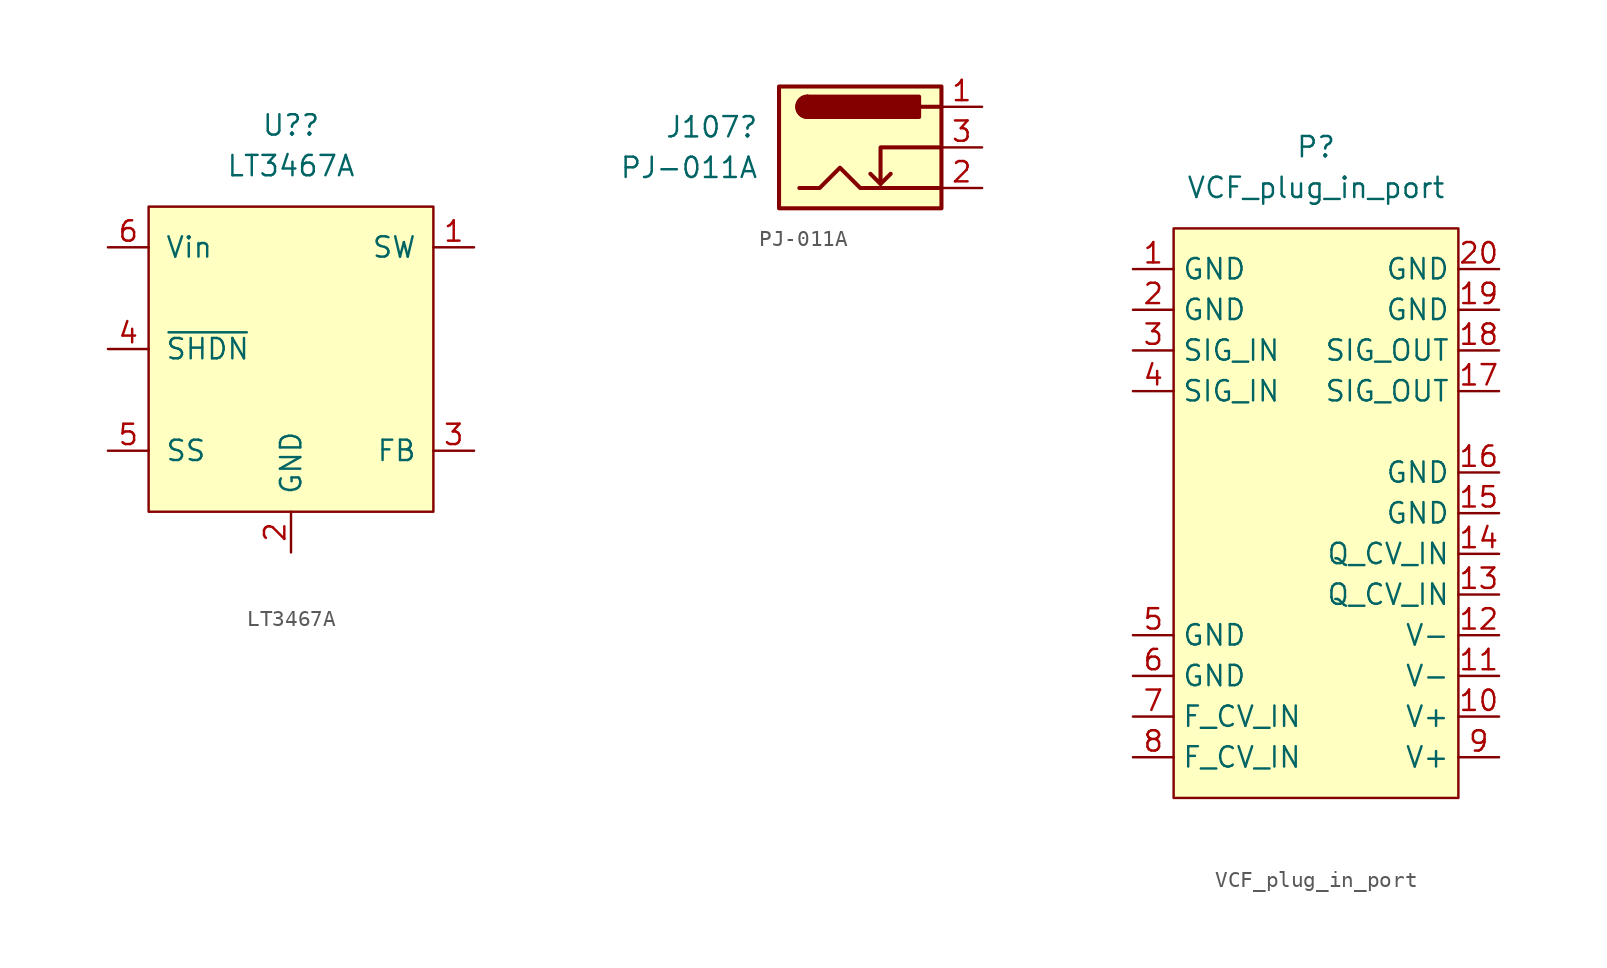
<source format=kicad_sym>
(kicad_symbol_lib
  (version 20211014)
  (generator kicad_symbol_editor)
  (symbol "LT3467A"
    (pin_names
      (offset 1.016))
    (property "Reference" "U?"
      (at 0 13.97 0)
      (effects (font (size 1.27 1.27))))
    (property "Value" "LT3467A"
      (at 0 11.43 0)
      (effects (font (size 1.27 1.27))))
    (symbol "LT3467A_0_1"
      (rectangle (start -8.89 8.89) (end 8.89 -10.16) (stroke (width 0) (type default) (color 0 0 0 0)) (fill (type background))))
    (symbol "LT3467A_1_1"
      (pin power_out line (at 11.43 6.35 180) (length 2.54) (name "SW" (effects (font (size 1.27 1.27)))) (number "1" (effects (font (size 1.27 1.27)))))
      (pin power_in line (at 0 -12.7 90) (length 2.54) (name "GND" (effects (font (size 1.27 1.27)))) (number "2" (effects (font (size 1.27 1.27)))))
      (pin input line (at 11.43 -6.35 180) (length 2.54) (name "FB" (effects (font (size 1.27 1.27)))) (number "3" (effects (font (size 1.27 1.27)))))
      (pin input line (at -11.43 0 0) (length 2.54) (name "~{SHDN}" (effects (font (size 1.27 1.27)))) (number "4" (effects (font (size 1.27 1.27)))))
      (pin input line (at -11.43 -6.35 0) (length 2.54) (name "SS" (effects (font (size 1.27 1.27)))) (number "5" (effects (font (size 1.27 1.27)))))
      (pin power_in line (at -11.43 6.35 0) (length 2.54) (name "Vin" (effects (font (size 1.27 1.27)))) (number "6" (effects (font (size 1.27 1.27)))))))
  (symbol "PJ-011A"
    (pin_names hide)
    (property "Reference" "J107"
      (at -6.35 1.27 0)
      (effects (font (size 1.27 1.27)) (justify right)))
    (property "Value" "PJ-011A"
      (at -6.35 -1.27 0)
      (effects (font (size 1.27 1.27)) (justify right)))
    (symbol "PJ-011A_0_1"
      (rectangle (start -5.08 3.81) (end 5.08 -3.81) (stroke (width 0.254) (type default) (color 0 0 0 0)) (fill (type background)))
      (arc (start -3.302 3.175) (mid -3.937 2.54) (end -3.302 1.905) (stroke (width 0.254) (type default) (color 0 0 0 0)) (fill (type none)))
      (arc (start -3.302 3.175) (mid -3.937 2.54) (end -3.302 1.905) (stroke (width 0.254) (type default) (color 0 0 0 0)) (fill (type outline)))
      (polyline (pts (xy 1.27 -2.286) (xy 1.905 -1.651)) (stroke (width 0.254) (type default) (color 0 0 0 0)) (fill (type none)))
      (polyline (pts (xy 5.08 2.54) (xy 3.81 2.54)) (stroke (width 0.254) (type default) (color 0 0 0 0)) (fill (type none)))
      (polyline (pts (xy 5.08 0) (xy 1.27 0) (xy 1.27 -2.286) (xy 0.635 -1.651)) (stroke (width 0.254) (type default) (color 0 0 0 0)) (fill (type none)))
      (polyline (pts (xy -3.81 -2.54) (xy -2.54 -2.54) (xy -1.27 -1.27) (xy 0 -2.54) (xy 2.54 -2.54) (xy 5.08 -2.54)) (stroke (width 0.254) (type default) (color 0 0 0 0)) (fill (type none)))
      (rectangle (start 3.683 3.175) (end -3.302 1.905) (stroke (width 0.254) (type default) (color 0 0 0 0)) (fill (type outline))))
    (symbol "PJ-011A_1_1"
      (pin passive line (at 7.62 2.54 180) (length 2.54) (name "~" (effects (font (size 1.27 1.27)))) (number "1" (effects (font (size 1.27 1.27)))))
      (pin passive line (at 7.62 -2.54 180) (length 2.54) (name "~" (effects (font (size 1.27 1.27)))) (number "2" (effects (font (size 1.27 1.27)))))
      (pin passive line (at 7.62 0 180) (length 2.54) (name "~" (effects (font (size 1.27 1.27)))) (number "3" (effects (font (size 1.27 1.27)))))))
  (symbol "VCF_plug_in_port"
    (property "Reference" "P"
      (at 0 22.86 0)
      (effects (font (size 1.27 1.27))))
    (property "Value" "VCF_plug_in_port"
      (at 0 20.32 0)
      (effects (font (size 1.27 1.27))))
    (symbol "VCF_plug_in_port_0_1"
      (rectangle (start -8.89 17.78) (end 8.89 -17.78) (stroke (width 0) (type default) (color 0 0 0 0)) (fill (type background))))
    (symbol "VCF_plug_in_port_1_1"
      (pin power_in line (at -11.43 15.24 0) (length 2.54) (name "GND" (effects (font (size 1.27 1.27)))) (number "1" (effects (font (size 1.27 1.27)))))
      (pin power_in line (at 11.43 -12.7 180) (length 2.54) (name "V+" (effects (font (size 1.27 1.27)))) (number "10" (effects (font (size 1.27 1.27)))))
      (pin power_in line (at 11.43 -10.16 180) (length 2.54) (name "V-" (effects (font (size 1.27 1.27)))) (number "11" (effects (font (size 1.27 1.27)))))
      (pin power_in line (at 11.43 -7.62 180) (length 2.54) (name "V-" (effects (font (size 1.27 1.27)))) (number "12" (effects (font (size 1.27 1.27)))))
      (pin input line (at 11.43 -5.08 180) (length 2.54) (name "Q_CV_IN" (effects (font (size 1.27 1.27)))) (number "13" (effects (font (size 1.27 1.27)))))
      (pin input line (at 11.43 -2.54 180) (length 2.54) (name "Q_CV_IN" (effects (font (size 1.27 1.27)))) (number "14" (effects (font (size 1.27 1.27)))))
      (pin power_in line (at 11.43 0 180) (length 2.54) (name "GND" (effects (font (size 1.27 1.27)))) (number "15" (effects (font (size 1.27 1.27)))))
      (pin power_in line (at 11.43 2.54 180) (length 2.54) (name "GND" (effects (font (size 1.27 1.27)))) (number "16" (effects (font (size 1.27 1.27)))))
      (pin passive line (at 11.43 7.62 180) (length 2.54) (name "SIG_OUT" (effects (font (size 1.27 1.27)))) (number "17" (effects (font (size 1.27 1.27)))))
      (pin passive line (at 11.43 10.16 180) (length 2.54) (name "SIG_OUT" (effects (font (size 1.27 1.27)))) (number "18" (effects (font (size 1.27 1.27)))))
      (pin input line (at 11.43 12.7 180) (length 2.54) (name "GND" (effects (font (size 1.27 1.27)))) (number "19" (effects (font (size 1.27 1.27)))))
      (pin power_in line (at -11.43 12.7 0) (length 2.54) (name "GND" (effects (font (size 1.27 1.27)))) (number "2" (effects (font (size 1.27 1.27)))))
      (pin input line (at 11.43 15.24 180) (length 2.54) (name "GND" (effects (font (size 1.27 1.27)))) (number "20" (effects (font (size 1.27 1.27)))))
      (pin input line (at -11.43 10.16 0) (length 2.54) (name "SIG_IN" (effects (font (size 1.27 1.27)))) (number "3" (effects (font (size 1.27 1.27)))))
      (pin input line (at -11.43 7.62 0) (length 2.54) (name "SIG_IN" (effects (font (size 1.27 1.27)))) (number "4" (effects (font (size 1.27 1.27)))))
      (pin power_in line (at -11.43 -7.62 0) (length 2.54) (name "GND" (effects (font (size 1.27 1.27)))) (number "5" (effects (font (size 1.27 1.27)))))
      (pin power_in line (at -11.43 -10.16 0) (length 2.54) (name "GND" (effects (font (size 1.27 1.27)))) (number "6" (effects (font (size 1.27 1.27)))))
      (pin input line (at -11.43 -12.7 0) (length 2.54) (name "F_CV_IN" (effects (font (size 1.27 1.27)))) (number "7" (effects (font (size 1.27 1.27)))))
      (pin input line (at -11.43 -15.24 0) (length 2.54) (name "F_CV_IN" (effects (font (size 1.27 1.27)))) (number "8" (effects (font (size 1.27 1.27)))))
      (pin power_in line (at 11.43 -15.24 180) (length 2.54) (name "V+" (effects (font (size 1.27 1.27)))) (number "9" (effects (font (size 1.27 1.27))))))))
</source>
